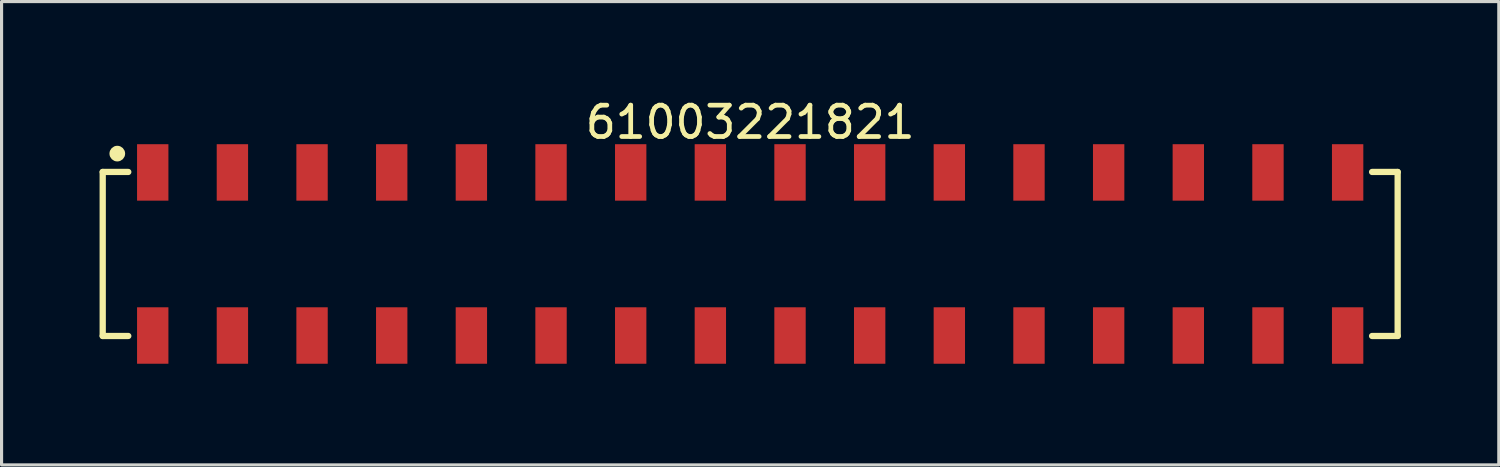
<source format=kicad_pcb>
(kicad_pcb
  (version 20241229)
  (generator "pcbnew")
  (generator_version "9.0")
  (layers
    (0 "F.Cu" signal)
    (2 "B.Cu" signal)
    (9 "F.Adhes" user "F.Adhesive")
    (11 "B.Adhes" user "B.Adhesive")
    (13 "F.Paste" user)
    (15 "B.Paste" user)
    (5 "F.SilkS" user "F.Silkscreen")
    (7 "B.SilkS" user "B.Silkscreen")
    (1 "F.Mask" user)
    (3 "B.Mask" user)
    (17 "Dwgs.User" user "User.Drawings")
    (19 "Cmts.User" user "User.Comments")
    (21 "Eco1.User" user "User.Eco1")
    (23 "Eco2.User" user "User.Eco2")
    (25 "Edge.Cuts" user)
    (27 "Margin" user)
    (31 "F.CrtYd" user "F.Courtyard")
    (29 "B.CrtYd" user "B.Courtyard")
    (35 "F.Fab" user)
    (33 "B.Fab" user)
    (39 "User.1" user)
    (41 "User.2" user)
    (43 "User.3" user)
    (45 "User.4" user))
  (footprint "61003221821"
    (layer "F.Cu")
    (at 20.87 5.048)
    (property "Reference" "61003221821" (at 0 -4.2 0) (layer "F.SilkS") (effects (font (size 1 1) (thickness 0.15))))
    (fp_line (start -20.645 -2.615) (end -19.83 -2.615) (stroke (width 0.2) (type solid)) (layer "F.SilkS"))
    (fp_line (start -20.645 2.615) (end -20.645 -2.615) (stroke (width 0.2) (type solid)) (layer "F.SilkS"))
    (fp_line (start -20.645 2.615) (end -19.83 2.615) (stroke (width 0.2) (type solid)) (layer "F.SilkS"))
    (fp_line (start 19.83 -2.615) (end 20.645 -2.615) (stroke (width 0.2) (type solid)) (layer "F.SilkS"))
    (fp_line (start 19.83 2.615) (end 20.645 2.615) (stroke (width 0.2) (type solid)) (layer "F.SilkS"))
    (fp_line (start 20.645 2.615) (end 20.645 -2.615) (stroke (width 0.2) (type solid)) (layer "F.SilkS"))
    (fp_circle (center -20.18 -3.2) (end -20.18 -3.325) (stroke (width 0.25) (type solid)) (fill no) (layer "F.SilkS"))
    (fp_line (start -20.845 -3.7) (end 20.845 -3.7) (stroke (width 0.05) (type solid)) (layer "Eco2.User"))
    (fp_line (start -20.845 3.7) (end -20.845 -3.7) (stroke (width 0.05) (type solid)) (layer "Eco2.User"))
    (fp_line (start -20.845 3.7) (end 20.845 3.7) (stroke (width 0.05) (type solid)) (layer "Eco2.User"))
    (fp_line (start -20.57 -2.54) (end 20.57 -2.54) (stroke (width 0.1) (type solid)) (layer "Eco2.User"))
    (fp_line (start -20.57 2.54) (end -20.57 -2.54) (stroke (width 0.1) (type solid)) (layer "Eco2.User"))
    (fp_line (start -20.57 2.54) (end 20.57 2.54) (stroke (width 0.1) (type solid)) (layer "Eco2.User"))
    (fp_line (start -19.37 -3.35) (end -18.73 -3.35) (stroke (width 0.1) (type solid)) (layer "Eco2.User"))
    (fp_line (start -19.37 -2.54) (end -19.37 -3.35) (stroke (width 0.1) (type solid)) (layer "Eco2.User"))
    (fp_line (start -19.37 3.35) (end -19.37 2.54) (stroke (width 0.1) (type solid)) (layer "Eco2.User"))
    (fp_line (start -19.37 3.35) (end -18.73 3.35) (stroke (width 0.1) (type solid)) (layer "Eco2.User"))
    (fp_line (start -18.73 -2.54) (end -18.73 -3.35) (stroke (width 0.1) (type solid)) (layer "Eco2.User"))
    (fp_line (start -18.73 3.35) (end -18.73 2.54) (stroke (width 0.1) (type solid)) (layer "Eco2.User"))
    (fp_line (start -16.83 -3.35) (end -16.19 -3.35) (stroke (width 0.1) (type solid)) (layer "Eco2.User"))
    (fp_line (start -16.83 -2.54) (end -16.83 -3.35) (stroke (width 0.1) (type solid)) (layer "Eco2.User"))
    (fp_line (start -16.83 3.35) (end -16.83 2.54) (stroke (width 0.1) (type solid)) (layer "Eco2.User"))
    (fp_line (start -16.83 3.35) (end -16.19 3.35) (stroke (width 0.1) (type solid)) (layer "Eco2.User"))
    (fp_line (start -16.19 -2.54) (end -16.19 -3.35) (stroke (width 0.1) (type solid)) (layer "Eco2.User"))
    (fp_line (start -16.19 3.35) (end -16.19 2.54) (stroke (width 0.1) (type solid)) (layer "Eco2.User"))
    (fp_line (start -14.29 -3.35) (end -13.65 -3.35) (stroke (width 0.1) (type solid)) (layer "Eco2.User"))
    (fp_line (start -14.29 -2.54) (end -14.29 -3.35) (stroke (width 0.1) (type solid)) (layer "Eco2.User"))
    (fp_line (start -14.29 3.35) (end -14.29 2.54) (stroke (width 0.1) (type solid)) (layer "Eco2.User"))
    (fp_line (start -14.29 3.35) (end -13.65 3.35) (stroke (width 0.1) (type solid)) (layer "Eco2.User"))
    (fp_line (start -13.65 -2.54) (end -13.65 -3.35) (stroke (width 0.1) (type solid)) (layer "Eco2.User"))
    (fp_line (start -13.65 3.35) (end -13.65 2.54) (stroke (width 0.1) (type solid)) (layer "Eco2.User"))
    (fp_line (start -11.75 -3.35) (end -11.11 -3.35) (stroke (width 0.1) (type solid)) (layer "Eco2.User"))
    (fp_line (start -11.75 -2.54) (end -11.75 -3.35) (stroke (width 0.1) (type solid)) (layer "Eco2.User"))
    (fp_line (start -11.75 3.35) (end -11.75 2.54) (stroke (width 0.1) (type solid)) (layer "Eco2.User"))
    (fp_line (start -11.75 3.35) (end -11.11 3.35) (stroke (width 0.1) (type solid)) (layer "Eco2.User"))
    (fp_line (start -11.11 -2.54) (end -11.11 -3.35) (stroke (width 0.1) (type solid)) (layer "Eco2.User"))
    (fp_line (start -11.11 3.35) (end -11.11 2.54) (stroke (width 0.1) (type solid)) (layer "Eco2.User"))
    (fp_line (start -9.21 -3.35) (end -8.57 -3.35) (stroke (width 0.1) (type solid)) (layer "Eco2.User"))
    (fp_line (start -9.21 -2.54) (end -9.21 -3.35) (stroke (width 0.1) (type solid)) (layer "Eco2.User"))
    (fp_line (start -9.21 3.35) (end -9.21 2.54) (stroke (width 0.1) (type solid)) (layer "Eco2.User"))
    (fp_line (start -9.21 3.35) (end -8.57 3.35) (stroke (width 0.1) (type solid)) (layer "Eco2.User"))
    (fp_line (start -8.57 -2.54) (end -8.57 -3.35) (stroke (width 0.1) (type solid)) (layer "Eco2.User"))
    (fp_line (start -8.57 3.35) (end -8.57 2.54) (stroke (width 0.1) (type solid)) (layer "Eco2.User"))
    (fp_line (start -6.67 -3.35) (end -6.03 -3.35) (stroke (width 0.1) (type solid)) (layer "Eco2.User"))
    (fp_line (start -6.67 -2.54) (end -6.67 -3.35) (stroke (width 0.1) (type solid)) (layer "Eco2.User"))
    (fp_line (start -6.67 3.35) (end -6.67 2.54) (stroke (width 0.1) (type solid)) (layer "Eco2.User"))
    (fp_line (start -6.67 3.35) (end -6.03 3.35) (stroke (width 0.1) (type solid)) (layer "Eco2.User"))
    (fp_line (start -6.03 -2.54) (end -6.03 -3.35) (stroke (width 0.1) (type solid)) (layer "Eco2.User"))
    (fp_line (start -6.03 3.35) (end -6.03 2.54) (stroke (width 0.1) (type solid)) (layer "Eco2.User"))
    (fp_line (start -4.13 -3.35) (end -3.49 -3.35) (stroke (width 0.1) (type solid)) (layer "Eco2.User"))
    (fp_line (start -4.13 -2.54) (end -4.13 -3.35) (stroke (width 0.1) (type solid)) (layer "Eco2.User"))
    (fp_line (start -4.13 3.35) (end -4.13 2.54) (stroke (width 0.1) (type solid)) (layer "Eco2.User"))
    (fp_line (start -4.13 3.35) (end -3.49 3.35) (stroke (width 0.1) (type solid)) (layer "Eco2.User"))
    (fp_line (start -3.49 -2.54) (end -3.49 -3.35) (stroke (width 0.1) (type solid)) (layer "Eco2.User"))
    (fp_line (start -3.49 3.35) (end -3.49 2.54) (stroke (width 0.1) (type solid)) (layer "Eco2.User"))
    (fp_line (start -1.59 -3.35) (end -0.95 -3.35) (stroke (width 0.1) (type solid)) (layer "Eco2.User"))
    (fp_line (start -1.59 -2.54) (end -1.59 -3.35) (stroke (width 0.1) (type solid)) (layer "Eco2.User"))
    (fp_line (start -1.59 3.35) (end -1.59 2.54) (stroke (width 0.1) (type solid)) (layer "Eco2.User"))
    (fp_line (start -1.59 3.35) (end -0.95 3.35) (stroke (width 0.1) (type solid)) (layer "Eco2.User"))
    (fp_line (start -0.95 -2.54) (end -0.95 -3.35) (stroke (width 0.1) (type solid)) (layer "Eco2.User"))
    (fp_line (start -0.95 3.35) (end -0.95 2.54) (stroke (width 0.1) (type solid)) (layer "Eco2.User"))
    (fp_line (start -0.5 0) (end 0.5 0) (stroke (width 0.05) (type solid)) (layer "Eco2.User"))
    (fp_line (start 0 0.5) (end 0 -0.5) (stroke (width 0.05) (type solid)) (layer "Eco2.User"))
    (fp_line (start 0.95 -3.35) (end 1.59 -3.35) (stroke (width 0.1) (type solid)) (layer "Eco2.User"))
    (fp_line (start 0.95 -2.54) (end 0.95 -3.35) (stroke (width 0.1) (type solid)) (layer "Eco2.User"))
    (fp_line (start 0.95 3.35) (end 0.95 2.54) (stroke (width 0.1) (type solid)) (layer "Eco2.User"))
    (fp_line (start 0.95 3.35) (end 1.59 3.35) (stroke (width 0.1) (type solid)) (layer "Eco2.User"))
    (fp_line (start 1.59 -2.54) (end 1.59 -3.35) (stroke (width 0.1) (type solid)) (layer "Eco2.User"))
    (fp_line (start 1.59 3.35) (end 1.59 2.54) (stroke (width 0.1) (type solid)) (layer "Eco2.User"))
    (fp_line (start 3.49 -3.35) (end 4.13 -3.35) (stroke (width 0.1) (type solid)) (layer "Eco2.User"))
    (fp_line (start 3.49 -2.54) (end 3.49 -3.35) (stroke (width 0.1) (type solid)) (layer "Eco2.User"))
    (fp_line (start 3.49 3.35) (end 3.49 2.54) (stroke (width 0.1) (type solid)) (layer "Eco2.User"))
    (fp_line (start 3.49 3.35) (end 4.13 3.35) (stroke (width 0.1) (type solid)) (layer "Eco2.User"))
    (fp_line (start 4.13 -2.54) (end 4.13 -3.35) (stroke (width 0.1) (type solid)) (layer "Eco2.User"))
    (fp_line (start 4.13 3.35) (end 4.13 2.54) (stroke (width 0.1) (type solid)) (layer "Eco2.User"))
    (fp_line (start 6.03 -3.35) (end 6.67 -3.35) (stroke (width 0.1) (type solid)) (layer "Eco2.User"))
    (fp_line (start 6.03 -2.54) (end 6.03 -3.35) (stroke (width 0.1) (type solid)) (layer "Eco2.User"))
    (fp_line (start 6.03 3.35) (end 6.03 2.54) (stroke (width 0.1) (type solid)) (layer "Eco2.User"))
    (fp_line (start 6.03 3.35) (end 6.67 3.35) (stroke (width 0.1) (type solid)) (layer "Eco2.User"))
    (fp_line (start 6.67 -2.54) (end 6.67 -3.35) (stroke (width 0.1) (type solid)) (layer "Eco2.User"))
    (fp_line (start 6.67 3.35) (end 6.67 2.54) (stroke (width 0.1) (type solid)) (layer "Eco2.User"))
    (fp_line (start 8.57 -3.35) (end 9.21 -3.35) (stroke (width 0.1) (type solid)) (layer "Eco2.User"))
    (fp_line (start 8.57 -2.54) (end 8.57 -3.35) (stroke (width 0.1) (type solid)) (layer "Eco2.User"))
    (fp_line (start 8.57 3.35) (end 8.57 2.54) (stroke (width 0.1) (type solid)) (layer "Eco2.User"))
    (fp_line (start 8.57 3.35) (end 9.21 3.35) (stroke (width 0.1) (type solid)) (layer "Eco2.User"))
    (fp_line (start 9.21 -2.54) (end 9.21 -3.35) (stroke (width 0.1) (type solid)) (layer "Eco2.User"))
    (fp_line (start 9.21 3.35) (end 9.21 2.54) (stroke (width 0.1) (type solid)) (layer "Eco2.User"))
    (fp_line (start 11.11 -3.35) (end 11.75 -3.35) (stroke (width 0.1) (type solid)) (layer "Eco2.User"))
    (fp_line (start 11.11 -2.54) (end 11.11 -3.35) (stroke (width 0.1) (type solid)) (layer "Eco2.User"))
    (fp_line (start 11.11 3.35) (end 11.11 2.54) (stroke (width 0.1) (type solid)) (layer "Eco2.User"))
    (fp_line (start 11.11 3.35) (end 11.75 3.35) (stroke (width 0.1) (type solid)) (layer "Eco2.User"))
    (fp_line (start 11.75 -2.54) (end 11.75 -3.35) (stroke (width 0.1) (type solid)) (layer "Eco2.User"))
    (fp_line (start 11.75 3.35) (end 11.75 2.54) (stroke (width 0.1) (type solid)) (layer "Eco2.User"))
    (fp_line (start 13.65 -3.35) (end 14.29 -3.35) (stroke (width 0.1) (type solid)) (layer "Eco2.User"))
    (fp_line (start 13.65 -2.54) (end 13.65 -3.35) (stroke (width 0.1) (type solid)) (layer "Eco2.User"))
    (fp_line (start 13.65 3.35) (end 13.65 2.54) (stroke (width 0.1) (type solid)) (layer "Eco2.User"))
    (fp_line (start 13.65 3.35) (end 14.29 3.35) (stroke (width 0.1) (type solid)) (layer "Eco2.User"))
    (fp_line (start 14.29 -2.54) (end 14.29 -3.35) (stroke (width 0.1) (type solid)) (layer "Eco2.User"))
    (fp_line (start 14.29 3.35) (end 14.29 2.54) (stroke (width 0.1) (type solid)) (layer "Eco2.User"))
    (fp_line (start 16.19 -3.35) (end 16.83 -3.35) (stroke (width 0.1) (type solid)) (layer "Eco2.User"))
    (fp_line (start 16.19 -2.54) (end 16.19 -3.35) (stroke (width 0.1) (type solid)) (layer "Eco2.User"))
    (fp_line (start 16.19 3.35) (end 16.19 2.54) (stroke (width 0.1) (type solid)) (layer "Eco2.User"))
    (fp_line (start 16.19 3.35) (end 16.83 3.35) (stroke (width 0.1) (type solid)) (layer "Eco2.User"))
    (fp_line (start 16.83 -2.54) (end 16.83 -3.35) (stroke (width 0.1) (type solid)) (layer "Eco2.User"))
    (fp_line (start 16.83 3.35) (end 16.83 2.54) (stroke (width 0.1) (type solid)) (layer "Eco2.User"))
    (fp_line (start 18.73 -3.35) (end 19.37 -3.35) (stroke (width 0.1) (type solid)) (layer "Eco2.User"))
    (fp_line (start 18.73 -2.54) (end 18.73 -3.35) (stroke (width 0.1) (type solid)) (layer "Eco2.User"))
    (fp_line (start 18.73 3.35) (end 18.73 2.54) (stroke (width 0.1) (type solid)) (layer "Eco2.User"))
    (fp_line (start 18.73 3.35) (end 19.37 3.35) (stroke (width 0.1) (type solid)) (layer "Eco2.User"))
    (fp_line (start 19.37 -2.54) (end 19.37 -3.35) (stroke (width 0.1) (type solid)) (layer "Eco2.User"))
    (fp_line (start 19.37 3.35) (end 19.37 2.54) (stroke (width 0.1) (type solid)) (layer "Eco2.User"))
    (fp_line (start 20.57 2.54) (end 20.57 -2.54) (stroke (width 0.1) (type solid)) (layer "Eco2.User"))
    (fp_line (start 20.845 3.7) (end 20.845 -3.7) (stroke (width 0.05) (type solid)) (layer "Eco2.User"))
    (fp_text user "${REFERENCE}" (at 0.15 -0.197 0) (unlocked yes) (layer "User.3") (effects (font (size 1.5 1.5) (thickness 0.15))))
    (pad "1" smd rect (at -19.05 -2.6) (size 1 1.8) (layers "F.Cu" "F.Mask" "F.Paste"))
    (pad "2" smd rect (at -19.05 2.6) (size 1 1.8) (layers "F.Cu" "F.Mask" "F.Paste"))
    (pad "3" smd rect (at -16.51 -2.6) (size 1 1.8) (layers "F.Cu" "F.Mask" "F.Paste"))
    (pad "4" smd rect (at -16.51 2.6) (size 1 1.8) (layers "F.Cu" "F.Mask" "F.Paste"))
    (pad "5" smd rect (at -13.97 -2.6) (size 1 1.8) (layers "F.Cu" "F.Mask" "F.Paste"))
    (pad "6" smd rect (at -13.97 2.6) (size 1 1.8) (layers "F.Cu" "F.Mask" "F.Paste"))
    (pad "7" smd rect (at -11.43 -2.6) (size 1 1.8) (layers "F.Cu" "F.Mask" "F.Paste"))
    (pad "8" smd rect (at -11.43 2.6) (size 1 1.8) (layers "F.Cu" "F.Mask" "F.Paste"))
    (pad "9" smd rect (at -8.89 -2.6) (size 1 1.8) (layers "F.Cu" "F.Mask" "F.Paste"))
    (pad "10" smd rect (at -8.89 2.6) (size 1 1.8) (layers "F.Cu" "F.Mask" "F.Paste"))
    (pad "11" smd rect (at -6.35 -2.6) (size 1 1.8) (layers "F.Cu" "F.Mask" "F.Paste"))
    (pad "12" smd rect (at -6.35 2.6) (size 1 1.8) (layers "F.Cu" "F.Mask" "F.Paste"))
    (pad "13" smd rect (at -3.81 -2.6) (size 1 1.8) (layers "F.Cu" "F.Mask" "F.Paste"))
    (pad "14" smd rect (at -3.81 2.6) (size 1 1.8) (layers "F.Cu" "F.Mask" "F.Paste"))
    (pad "15" smd rect (at -1.27 -2.6) (size 1 1.8) (layers "F.Cu" "F.Mask" "F.Paste"))
    (pad "16" smd rect (at -1.27 2.6) (size 1 1.8) (layers "F.Cu" "F.Mask" "F.Paste"))
    (pad "17" smd rect (at 1.27 -2.6) (size 1 1.8) (layers "F.Cu" "F.Mask" "F.Paste"))
    (pad "18" smd rect (at 1.27 2.6) (size 1 1.8) (layers "F.Cu" "F.Mask" "F.Paste"))
    (pad "19" smd rect (at 3.81 -2.6) (size 1 1.8) (layers "F.Cu" "F.Mask" "F.Paste"))
    (pad "20" smd rect (at 3.81 2.6) (size 1 1.8) (layers "F.Cu" "F.Mask" "F.Paste"))
    (pad "21" smd rect (at 6.35 -2.6) (size 1 1.8) (layers "F.Cu" "F.Mask" "F.Paste"))
    (pad "22" smd rect (at 6.35 2.6) (size 1 1.8) (layers "F.Cu" "F.Mask" "F.Paste"))
    (pad "23" smd rect (at 8.89 -2.6) (size 1 1.8) (layers "F.Cu" "F.Mask" "F.Paste"))
    (pad "24" smd rect (at 8.89 2.6) (size 1 1.8) (layers "F.Cu" "F.Mask" "F.Paste"))
    (pad "25" smd rect (at 11.43 -2.6) (size 1 1.8) (layers "F.Cu" "F.Mask" "F.Paste"))
    (pad "26" smd rect (at 11.43 2.6) (size 1 1.8) (layers "F.Cu" "F.Mask" "F.Paste"))
    (pad "27" smd rect (at 13.97 -2.6) (size 1 1.8) (layers "F.Cu" "F.Mask" "F.Paste"))
    (pad "28" smd rect (at 13.97 2.6) (size 1 1.8) (layers "F.Cu" "F.Mask" "F.Paste"))
    (pad "29" smd rect (at 16.51 -2.6) (size 1 1.8) (layers "F.Cu" "F.Mask" "F.Paste"))
    (pad "30" smd rect (at 16.51 2.6) (size 1 1.8) (layers "F.Cu" "F.Mask" "F.Paste"))
    (pad "31" smd rect (at 19.05 -2.6) (size 1 1.8) (layers "F.Cu" "F.Mask" "F.Paste"))
    (pad "32" smd rect (at 19.05 2.6) (size 1 1.8) (layers "F.Cu" "F.Mask" "F.Paste")))
  (gr_rect
    (start -3 -3)
    (end 44.74 11.773)
    (stroke (width 0.1) (type default))
    (fill no)
    (layer "Edge.Cuts")))
</source>
